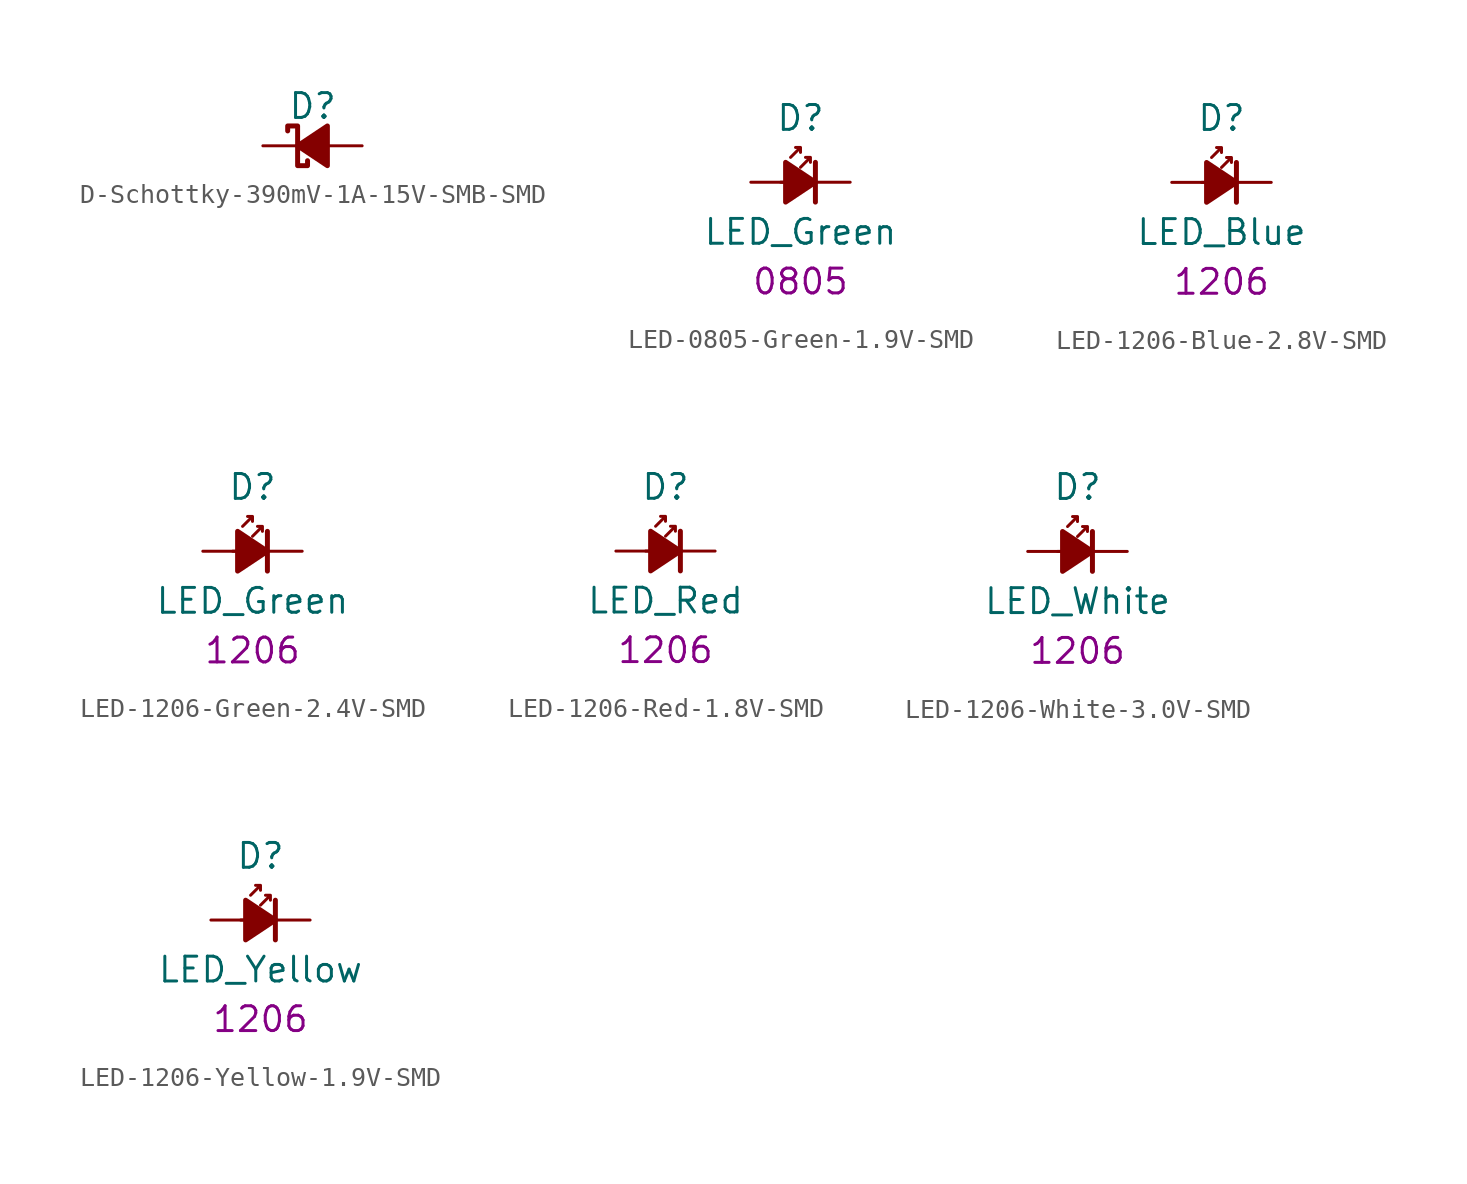
<source format=kicad_sym>
(kicad_symbol_lib
  (version 20241209)
  (generator "kicad_symbol_editor")
  (generator_version "9.0")
  (symbol "D-Schottky-390mV-1A-15V-SMB-SMD"
    (pin_numbers
      (hide yes))
    (pin_names
      (offset 0.254)
      (hide yes))
    (property "Reference" "D"
      (at -1.27 2.032 0)
      (effects (font (size 1.27 1.27)) (justify left)))
    (symbol "D-Schottky-390mV-1A-15V-SMB-SMD_0_1"
      (polyline (pts (xy -1.27 0.762) (xy -1.27 1.016) (xy -0.762 1.016) (xy -0.762 -1.016) (xy -0.254 -1.016) (xy -0.254 -0.762)) (stroke (width 0.254) (type default)) (fill (type none)))
      (polyline (pts (xy -0.762 0) (xy 0.762 0)) (stroke (width 0) (type default)) (fill (type none)))
      (polyline (pts (xy 0.762 -1.016) (xy -0.762 0) (xy 0.762 1.016) (xy 0.762 -1.016)) (stroke (width 0.254) (type default)) (fill (type outline))))
    (symbol "D-Schottky-390mV-1A-15V-SMB-SMD_1_1"
      (pin passive line (at -2.54 0 0) (length 1.778) (name "K" (effects (font (size 1.27 1.27)))) (number "1" (effects (font (size 1.27 1.27)))))
      (pin passive line (at 2.54 0 180) (length 1.778) (name "A" (effects (font (size 1.27 1.27)))) (number "2" (effects (font (size 1.27 1.27)))))))
  (symbol "LED-0805-Green-1.9V-SMD"
    (pin_numbers
      (hide yes))
    (pin_names
      (offset 0.254)
      (hide yes))
    (property "Reference" "D"
      (at 0 2.54 0)
      (effects (font (size 1.27 1.27)) (justify bottom)))
    (property "Value" "LED_Green"
      (at 0 -2.54 0)
      (effects (font (size 1.27 1.27))))
    (property "Size code" "0805"
      (at 0 -5.08 0)
      (effects (font (size 1.27 1.27))))
    (symbol "LED-0805-Green-1.9V-SMD_0_1"
      (polyline (pts (xy -1.016 0) (xy 0.762 0)) (stroke (width 0) (type default)) (fill (type none)))
      (polyline (pts (xy -0.762 -1.016) (xy 0.762 0) (xy -0.762 1.016) (xy -0.762 -1.016)) (stroke (width 0.254) (type default)) (fill (type outline)))
      (polyline (pts (xy -0.508 1.27) (xy 0 1.778) (xy -0.254 1.778) (xy 0 1.778) (xy 0 1.524)) (stroke (width 0) (type default)) (fill (type none)))
      (polyline (pts (xy 0 0.762) (xy 0.508 1.27) (xy 0.254 1.27) (xy 0.508 1.27) (xy 0.508 1.016)) (stroke (width 0) (type default)) (fill (type none)))
      (polyline (pts (xy 0.762 -1.016) (xy 0.762 1.016)) (stroke (width 0.254) (type default)) (fill (type none))))
    (symbol "LED-0805-Green-1.9V-SMD_1_1"
      (pin passive line (at -2.54 0 0) (length 1.778) (name "A" (effects (font (size 1.27 1.27)))) (number "2" (effects (font (size 1.27 1.27)))))
      (pin passive line (at 2.54 0 180) (length 1.778) (name "K" (effects (font (size 1.27 1.27)))) (number "1" (effects (font (size 1.27 1.27)))))))
  (symbol "LED-1206-Blue-2.8V-SMD"
    (pin_numbers
      (hide yes))
    (pin_names
      (offset 0.254)
      (hide yes))
    (property "Reference" "D"
      (at 0 2.54 0)
      (effects (font (size 1.27 1.27)) (justify bottom)))
    (property "Value" "LED_Blue"
      (at 0 -2.54 0)
      (effects (font (size 1.27 1.27))))
    (property "Size code" "1206"
      (at 0 -5.08 0)
      (effects (font (size 1.27 1.27))))
    (symbol "LED-1206-Blue-2.8V-SMD_0_1"
      (polyline (pts (xy -1.016 0) (xy 0.762 0)) (stroke (width 0) (type default)) (fill (type none)))
      (polyline (pts (xy -0.762 -1.016) (xy 0.762 0) (xy -0.762 1.016) (xy -0.762 -1.016)) (stroke (width 0.254) (type default)) (fill (type outline)))
      (polyline (pts (xy -0.508 1.27) (xy 0 1.778) (xy -0.254 1.778) (xy 0 1.778) (xy 0 1.524)) (stroke (width 0) (type default)) (fill (type none)))
      (polyline (pts (xy 0 0.762) (xy 0.508 1.27) (xy 0.254 1.27) (xy 0.508 1.27) (xy 0.508 1.016)) (stroke (width 0) (type default)) (fill (type none)))
      (polyline (pts (xy 0.762 -1.016) (xy 0.762 1.016)) (stroke (width 0.254) (type default)) (fill (type none))))
    (symbol "LED-1206-Blue-2.8V-SMD_1_1"
      (pin passive line (at -2.54 0 0) (length 1.778) (name "A" (effects (font (size 1.27 1.27)))) (number "2" (effects (font (size 1.27 1.27)))))
      (pin passive line (at 2.54 0 180) (length 1.778) (name "K" (effects (font (size 1.27 1.27)))) (number "1" (effects (font (size 1.27 1.27)))))))
  (symbol "LED-1206-Green-2.4V-SMD"
    (pin_numbers
      (hide yes))
    (pin_names
      (offset 0.254)
      (hide yes))
    (property "Reference" "D"
      (at 0 2.54 0)
      (effects (font (size 1.27 1.27)) (justify bottom)))
    (property "Value" "LED_Green"
      (at 0 -2.54 0)
      (effects (font (size 1.27 1.27))))
    (property "Size code" "1206"
      (at 0 -5.08 0)
      (effects (font (size 1.27 1.27))))
    (symbol "LED-1206-Green-2.4V-SMD_0_1"
      (polyline (pts (xy -1.016 0) (xy 0.762 0)) (stroke (width 0) (type default)) (fill (type none)))
      (polyline (pts (xy -0.762 -1.016) (xy 0.762 0) (xy -0.762 1.016) (xy -0.762 -1.016)) (stroke (width 0.254) (type default)) (fill (type outline)))
      (polyline (pts (xy -0.508 1.27) (xy 0 1.778) (xy -0.254 1.778) (xy 0 1.778) (xy 0 1.524)) (stroke (width 0) (type default)) (fill (type none)))
      (polyline (pts (xy 0 0.762) (xy 0.508 1.27) (xy 0.254 1.27) (xy 0.508 1.27) (xy 0.508 1.016)) (stroke (width 0) (type default)) (fill (type none)))
      (polyline (pts (xy 0.762 -1.016) (xy 0.762 1.016)) (stroke (width 0.254) (type default)) (fill (type none))))
    (symbol "LED-1206-Green-2.4V-SMD_1_1"
      (pin passive line (at -2.54 0 0) (length 1.778) (name "A" (effects (font (size 1.27 1.27)))) (number "2" (effects (font (size 1.27 1.27)))))
      (pin passive line (at 2.54 0 180) (length 1.778) (name "K" (effects (font (size 1.27 1.27)))) (number "1" (effects (font (size 1.27 1.27)))))))
  (symbol "LED-1206-Red-1.8V-SMD"
    (pin_numbers
      (hide yes))
    (pin_names
      (offset 0.254)
      (hide yes))
    (property "Reference" "D"
      (at 0 2.54 0)
      (effects (font (size 1.27 1.27)) (justify bottom)))
    (property "Value" "LED_Red"
      (at 0 -2.54 0)
      (effects (font (size 1.27 1.27))))
    (property "Size code" "1206"
      (at 0 -5.08 0)
      (effects (font (size 1.27 1.27))))
    (symbol "LED-1206-Red-1.8V-SMD_0_1"
      (polyline (pts (xy -1.016 0) (xy 0.762 0)) (stroke (width 0) (type default)) (fill (type none)))
      (polyline (pts (xy -0.762 -1.016) (xy 0.762 0) (xy -0.762 1.016) (xy -0.762 -1.016)) (stroke (width 0.254) (type default)) (fill (type outline)))
      (polyline (pts (xy -0.508 1.27) (xy 0 1.778) (xy -0.254 1.778) (xy 0 1.778) (xy 0 1.524)) (stroke (width 0) (type default)) (fill (type none)))
      (polyline (pts (xy 0 0.762) (xy 0.508 1.27) (xy 0.254 1.27) (xy 0.508 1.27) (xy 0.508 1.016)) (stroke (width 0) (type default)) (fill (type none)))
      (polyline (pts (xy 0.762 -1.016) (xy 0.762 1.016)) (stroke (width 0.254) (type default)) (fill (type none))))
    (symbol "LED-1206-Red-1.8V-SMD_1_1"
      (pin passive line (at -2.54 0 0) (length 1.778) (name "A" (effects (font (size 1.27 1.27)))) (number "2" (effects (font (size 1.27 1.27)))))
      (pin passive line (at 2.54 0 180) (length 1.778) (name "K" (effects (font (size 1.27 1.27)))) (number "1" (effects (font (size 1.27 1.27)))))))
  (symbol "LED-1206-White-3.0V-SMD"
    (pin_numbers
      (hide yes))
    (pin_names
      (offset 0.254)
      (hide yes))
    (property "Reference" "D"
      (at 0 2.54 0)
      (effects (font (size 1.27 1.27)) (justify bottom)))
    (property "Value" "LED_White"
      (at 0 -2.54 0)
      (effects (font (size 1.27 1.27))))
    (property "Size code" "1206"
      (at 0 -5.08 0)
      (effects (font (size 1.27 1.27))))
    (symbol "LED-1206-White-3.0V-SMD_0_1"
      (polyline (pts (xy -1.016 0) (xy 0.762 0)) (stroke (width 0) (type default)) (fill (type none)))
      (polyline (pts (xy -0.762 -1.016) (xy 0.762 0) (xy -0.762 1.016) (xy -0.762 -1.016)) (stroke (width 0.254) (type default)) (fill (type outline)))
      (polyline (pts (xy -0.508 1.27) (xy 0 1.778) (xy -0.254 1.778) (xy 0 1.778) (xy 0 1.524)) (stroke (width 0) (type default)) (fill (type none)))
      (polyline (pts (xy 0 0.762) (xy 0.508 1.27) (xy 0.254 1.27) (xy 0.508 1.27) (xy 0.508 1.016)) (stroke (width 0) (type default)) (fill (type none)))
      (polyline (pts (xy 0.762 -1.016) (xy 0.762 1.016)) (stroke (width 0.254) (type default)) (fill (type none))))
    (symbol "LED-1206-White-3.0V-SMD_1_1"
      (pin passive line (at -2.54 0 0) (length 1.778) (name "A" (effects (font (size 1.27 1.27)))) (number "2" (effects (font (size 1.27 1.27)))))
      (pin passive line (at 2.54 0 180) (length 1.778) (name "K" (effects (font (size 1.27 1.27)))) (number "1" (effects (font (size 1.27 1.27)))))))
  (symbol "LED-1206-Yellow-1.9V-SMD"
    (pin_numbers
      (hide yes))
    (pin_names
      (offset 0.254)
      (hide yes))
    (property "Reference" "D"
      (at 0 2.54 0)
      (effects (font (size 1.27 1.27)) (justify bottom)))
    (property "Value" "LED_Yellow"
      (at 0 -2.54 0)
      (effects (font (size 1.27 1.27))))
    (property "Size code" "1206"
      (at 0 -5.08 0)
      (effects (font (size 1.27 1.27))))
    (symbol "LED-1206-Yellow-1.9V-SMD_0_1"
      (polyline (pts (xy -1.016 0) (xy 0.762 0)) (stroke (width 0) (type default)) (fill (type none)))
      (polyline (pts (xy -0.762 -1.016) (xy 0.762 0) (xy -0.762 1.016) (xy -0.762 -1.016)) (stroke (width 0.254) (type default)) (fill (type outline)))
      (polyline (pts (xy -0.508 1.27) (xy 0 1.778) (xy -0.254 1.778) (xy 0 1.778) (xy 0 1.524)) (stroke (width 0) (type default)) (fill (type none)))
      (polyline (pts (xy 0 0.762) (xy 0.508 1.27) (xy 0.254 1.27) (xy 0.508 1.27) (xy 0.508 1.016)) (stroke (width 0) (type default)) (fill (type none)))
      (polyline (pts (xy 0.762 -1.016) (xy 0.762 1.016)) (stroke (width 0.254) (type default)) (fill (type none))))
    (symbol "LED-1206-Yellow-1.9V-SMD_1_1"
      (pin passive line (at -2.54 0 0) (length 1.778) (name "A" (effects (font (size 1.27 1.27)))) (number "2" (effects (font (size 1.27 1.27)))))
      (pin passive line (at 2.54 0 180) (length 1.778) (name "K" (effects (font (size 1.27 1.27)))) (number "1" (effects (font (size 1.27 1.27))))))))
</source>
